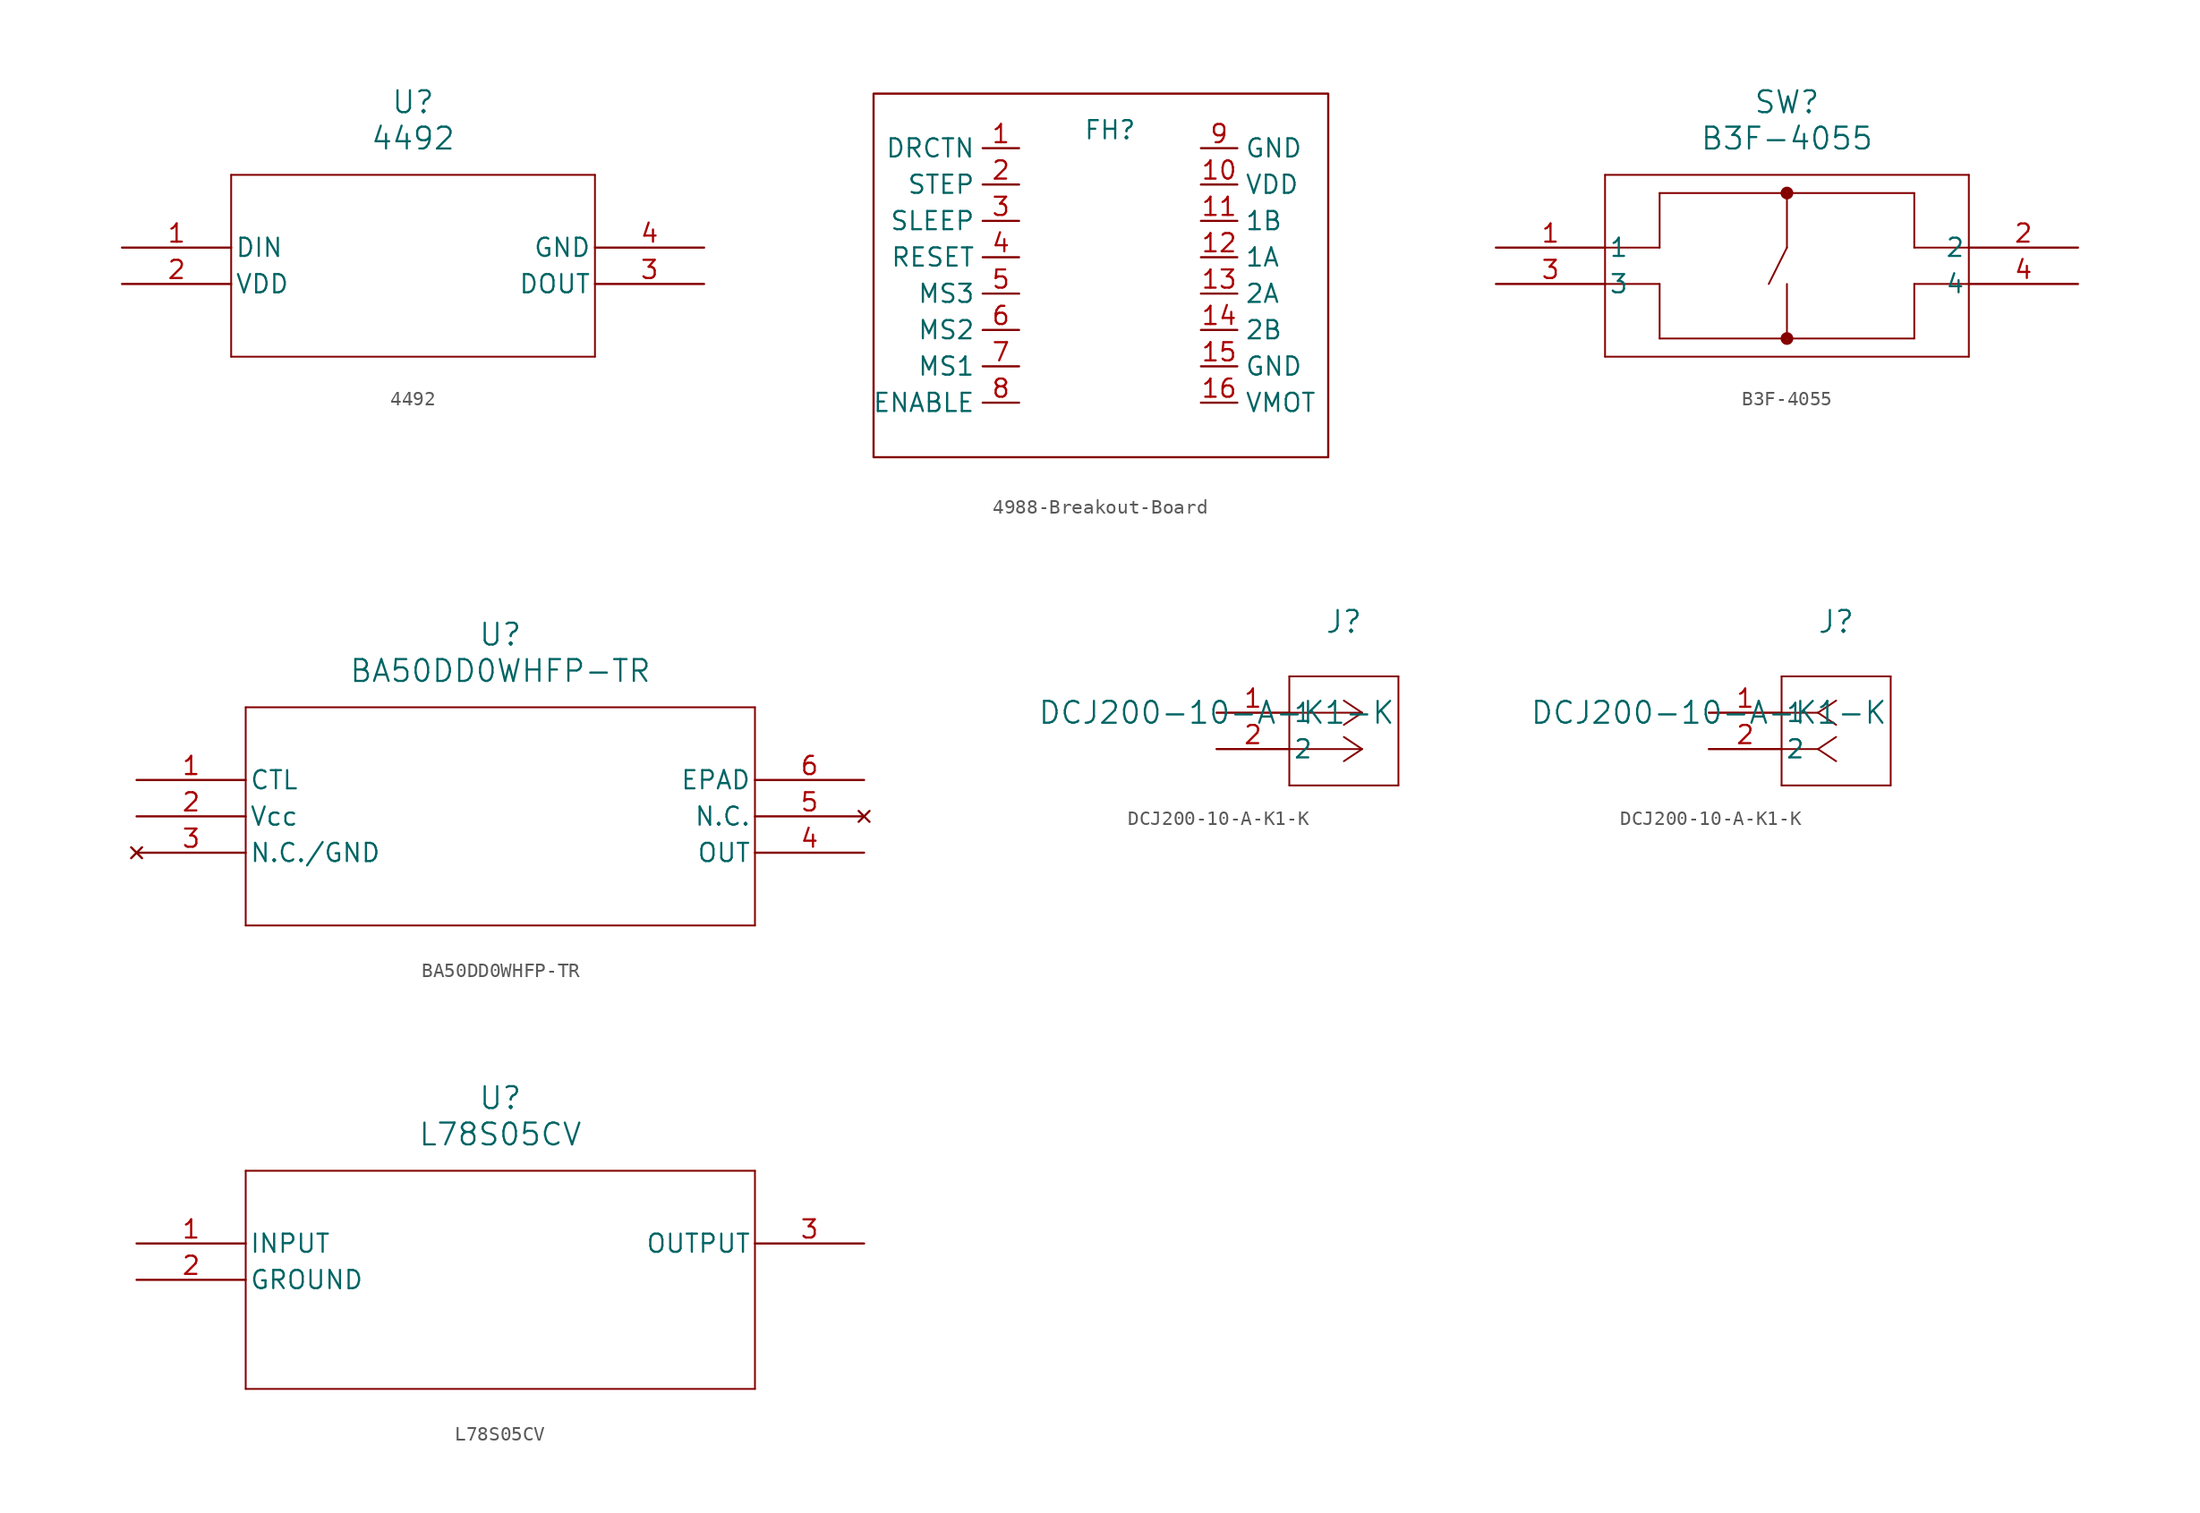
<source format=kicad_sym>
(kicad_symbol_lib
  (version 20220914)
  (generator kicad_symbol_editor)
  (symbol "4492"
    (pin_names
      (offset 0.254))
    (property "Reference" "U"
      (at 20.32 10.16 0)
      (effects (font (size 1.524 1.524))))
    (property "Value" "4492"
      (at 20.32 7.62 0)
      (effects (font (size 1.524 1.524))))
    (property "ki_locked" ""
      (at 0 0 0)
      (effects (font (size 1.27 1.27))))
    (symbol "4492_0_1"
      (polyline (pts (xy 7.62 -7.62) (xy 33.02 -7.62)) (stroke (width 0.127) (type default)) (fill (type none)))
      (polyline (pts (xy 7.62 5.08) (xy 7.62 -7.62)) (stroke (width 0.127) (type default)) (fill (type none)))
      (polyline (pts (xy 33.02 -7.62) (xy 33.02 5.08)) (stroke (width 0.127) (type default)) (fill (type none)))
      (polyline (pts (xy 33.02 5.08) (xy 7.62 5.08)) (stroke (width 0.127) (type default)) (fill (type none)))
      (pin unspecified line (at 0 0 0) (length 7.62) (name "DIN" (effects (font (size 1.27 1.27)))) (number "1" (effects (font (size 1.27 1.27)))))
      (pin unspecified line (at 0 -2.54 0) (length 7.62) (name "VDD" (effects (font (size 1.27 1.27)))) (number "2" (effects (font (size 1.27 1.27)))))
      (pin unspecified line (at 40.64 -2.54 180) (length 7.62) (name "DOUT" (effects (font (size 1.27 1.27)))) (number "3" (effects (font (size 1.27 1.27)))))
      (pin unspecified line (at 40.64 0 180) (length 7.62) (name "GND" (effects (font (size 1.27 1.27)))) (number "4" (effects (font (size 1.27 1.27)))))))
  (symbol "4988-Breakout-Board"
    (property "Reference" "FH"
      (at 0 10.16 0)
      (effects (font (size 1.27 1.27))))
    (property "Value" ""
      (at 0 10.16 0)
      (effects (font (size 1.27 1.27))))
    (symbol "4988-Breakout-Board_0_1"
      (rectangle (start -16.51 12.7) (end 15.24 -12.7) (stroke (width 0) (type default)) (fill (type none))))
    (symbol "4988-Breakout-Board_1_1"
      (pin input line (at -6.35 8.89 180) (length 2.54) (name "DRCTN" (effects (font (size 1.27 1.27)))) (number "1" (effects (font (size 1.27 1.27)))))
      (pin input line (at 6.35 6.35 0) (length 2.54) (name "VDD" (effects (font (size 1.27 1.27)))) (number "10" (effects (font (size 1.27 1.27)))))
      (pin input line (at 6.35 3.81 0) (length 2.54) (name "1B" (effects (font (size 1.27 1.27)))) (number "11" (effects (font (size 1.27 1.27)))))
      (pin input line (at 6.35 1.27 0) (length 2.54) (name "1A" (effects (font (size 1.27 1.27)))) (number "12" (effects (font (size 1.27 1.27)))))
      (pin input line (at 6.35 -1.27 0) (length 2.54) (name "2A" (effects (font (size 1.27 1.27)))) (number "13" (effects (font (size 1.27 1.27)))))
      (pin input line (at 6.35 -3.81 0) (length 2.54) (name "2B" (effects (font (size 1.27 1.27)))) (number "14" (effects (font (size 1.27 1.27)))))
      (pin input line (at 6.35 -6.35 0) (length 2.54) (name "GND" (effects (font (size 1.27 1.27)))) (number "15" (effects (font (size 1.27 1.27)))))
      (pin input line (at 6.35 -8.89 0) (length 2.54) (name "VMOT" (effects (font (size 1.27 1.27)))) (number "16" (effects (font (size 1.27 1.27)))))
      (pin input line (at -6.35 6.35 180) (length 2.54) (name "STEP" (effects (font (size 1.27 1.27)))) (number "2" (effects (font (size 1.27 1.27)))))
      (pin input line (at -6.35 3.81 180) (length 2.54) (name "SLEEP" (effects (font (size 1.27 1.27)))) (number "3" (effects (font (size 1.27 1.27)))))
      (pin input line (at -6.35 1.27 180) (length 2.54) (name "RESET" (effects (font (size 1.27 1.27)))) (number "4" (effects (font (size 1.27 1.27)))))
      (pin input line (at -6.35 -1.27 180) (length 2.54) (name "MS3" (effects (font (size 1.27 1.27)))) (number "5" (effects (font (size 1.27 1.27)))))
      (pin input line (at -6.35 -3.81 180) (length 2.54) (name "MS2" (effects (font (size 1.27 1.27)))) (number "6" (effects (font (size 1.27 1.27)))))
      (pin input line (at -6.35 -6.35 180) (length 2.54) (name "MS1" (effects (font (size 1.27 1.27)))) (number "7" (effects (font (size 1.27 1.27)))))
      (pin input line (at -6.35 -8.89 180) (length 2.54) (name "ENABLE" (effects (font (size 1.27 1.27)))) (number "8" (effects (font (size 1.27 1.27)))))
      (pin input line (at 6.35 8.89 0) (length 2.54) (name "GND" (effects (font (size 1.27 1.27)))) (number "9" (effects (font (size 1.27 1.27)))))))
  (symbol "B3F-4055"
    (pin_names
      (offset 0.254))
    (property "Reference" "SW"
      (at 20.32 10.16 0)
      (effects (font (size 1.524 1.524))))
    (property "Value" "B3F-4055"
      (at 20.32 7.62 0)
      (effects (font (size 1.524 1.524))))
    (property "ki_locked" ""
      (at 0 0 0)
      (effects (font (size 1.27 1.27))))
    (symbol "B3F-4055_0_1"
      (polyline (pts (xy 7.62 -7.62) (xy 33.02 -7.62)) (stroke (width 0.127) (type default)) (fill (type none)))
      (polyline (pts (xy 7.62 -2.54) (xy 11.43 -2.54)) (stroke (width 0.127) (type default)) (fill (type none)))
      (polyline (pts (xy 7.62 0) (xy 11.43 0)) (stroke (width 0.127) (type default)) (fill (type none)))
      (polyline (pts (xy 7.62 5.08) (xy 7.62 -7.62)) (stroke (width 0.127) (type default)) (fill (type none)))
      (polyline (pts (xy 11.43 -6.35) (xy 29.21 -6.35)) (stroke (width 0.127) (type default)) (fill (type none)))
      (polyline (pts (xy 11.43 -2.54) (xy 11.43 -6.35)) (stroke (width 0.127) (type default)) (fill (type none)))
      (polyline (pts (xy 11.43 0) (xy 11.43 3.81)) (stroke (width 0.127) (type default)) (fill (type none)))
      (polyline (pts (xy 20.32 -2.54) (xy 20.32 -6.35)) (stroke (width 0.127) (type default)) (fill (type none)))
      (polyline (pts (xy 20.32 0) (xy 19.05 -2.54)) (stroke (width 0.127) (type default)) (fill (type none)))
      (polyline (pts (xy 20.32 3.81) (xy 20.32 0)) (stroke (width 0.127) (type default)) (fill (type none)))
      (polyline (pts (xy 29.21 -6.35) (xy 29.21 -2.54)) (stroke (width 0.127) (type default)) (fill (type none)))
      (polyline (pts (xy 29.21 -2.54) (xy 33.02 -2.54)) (stroke (width 0.127) (type default)) (fill (type none)))
      (polyline (pts (xy 29.21 0) (xy 29.21 3.81)) (stroke (width 0.127) (type default)) (fill (type none)))
      (polyline (pts (xy 29.21 3.81) (xy 11.43 3.81)) (stroke (width 0.127) (type default)) (fill (type none)))
      (polyline (pts (xy 33.02 -7.62) (xy 33.02 5.08)) (stroke (width 0.127) (type default)) (fill (type none)))
      (polyline (pts (xy 33.02 0) (xy 29.21 0)) (stroke (width 0.127) (type default)) (fill (type none)))
      (polyline (pts (xy 33.02 5.08) (xy 7.62 5.08)) (stroke (width 0.127) (type default)) (fill (type none)))
      (circle (center 20.32 -6.35) (radius 0.254) (stroke (width 0.381) (type default)) (fill (type none)))
      (circle (center 20.32 3.81) (radius 0.254) (stroke (width 0.381) (type default)) (fill (type none)))
      (pin unspecified line (at 0 0 0) (length 7.62) (name "1" (effects (font (size 1.27 1.27)))) (number "1" (effects (font (size 1.27 1.27)))))
      (pin unspecified line (at 40.64 0 180) (length 7.62) (name "2" (effects (font (size 1.27 1.27)))) (number "2" (effects (font (size 1.27 1.27)))))
      (pin unspecified line (at 0 -2.54 0) (length 7.62) (name "3" (effects (font (size 1.27 1.27)))) (number "3" (effects (font (size 1.27 1.27)))))
      (pin unspecified line (at 40.64 -2.54 180) (length 7.62) (name "4" (effects (font (size 1.27 1.27)))) (number "4" (effects (font (size 1.27 1.27)))))))
  (symbol "BA50DD0WHFP-TR"
    (pin_names
      (offset 0.254))
    (property "Reference" "U"
      (at 25.4 10.16 0)
      (effects (font (size 1.524 1.524))))
    (property "Value" "BA50DD0WHFP-TR"
      (at 25.4 7.62 0)
      (effects (font (size 1.524 1.524))))
    (property "ki_locked" ""
      (at 0 0 0)
      (effects (font (size 1.27 1.27))))
    (symbol "BA50DD0WHFP-TR_0_1"
      (polyline (pts (xy 7.62 -10.16) (xy 43.18 -10.16)) (stroke (width 0.127) (type default)) (fill (type none)))
      (polyline (pts (xy 7.62 5.08) (xy 7.62 -10.16)) (stroke (width 0.127) (type default)) (fill (type none)))
      (polyline (pts (xy 43.18 -10.16) (xy 43.18 5.08)) (stroke (width 0.127) (type default)) (fill (type none)))
      (polyline (pts (xy 43.18 5.08) (xy 7.62 5.08)) (stroke (width 0.127) (type default)) (fill (type none)))
      (pin unspecified line (at 0 0 0) (length 7.62) (name "CTL" (effects (font (size 1.27 1.27)))) (number "1" (effects (font (size 1.27 1.27)))))
      (pin power_in line (at 0 -2.54 0) (length 7.62) (name "Vcc" (effects (font (size 1.27 1.27)))) (number "2" (effects (font (size 1.27 1.27)))))
      (pin no_connect line (at 0 -5.08 0) (length 7.62) (name "N.C./GND" (effects (font (size 1.27 1.27)))) (number "3" (effects (font (size 1.27 1.27)))))
      (pin output line (at 50.8 -5.08 180) (length 7.62) (name "OUT" (effects (font (size 1.27 1.27)))) (number "4" (effects (font (size 1.27 1.27)))))
      (pin no_connect line (at 50.8 -2.54 180) (length 7.62) (name "N.C." (effects (font (size 1.27 1.27)))) (number "5" (effects (font (size 1.27 1.27)))))
      (pin unspecified line (at 50.8 0 180) (length 7.62) (name "EPAD" (effects (font (size 1.27 1.27)))) (number "6" (effects (font (size 1.27 1.27)))))))
  (symbol "DCJ200-10-A-K1-K"
    (pin_names
      (offset 0.254))
    (property "Reference" "J"
      (at 8.89 6.35 0)
      (effects (font (size 1.524 1.524))))
    (property "Value" "DCJ200-10-A-K1-K"
      (at 0 0 0)
      (effects (font (size 1.524 1.524))))
    (property "ki_locked" ""
      (at 0 0 0)
      (effects (font (size 1.27 1.27))))
    (symbol "DCJ200-10-A-K1-K_1_1"
      (polyline (pts (xy 5.08 -5.08) (xy 12.7 -5.08)) (stroke (width 0.127) (type default)) (fill (type none)))
      (polyline (pts (xy 5.08 2.54) (xy 5.08 -5.08)) (stroke (width 0.127) (type default)) (fill (type none)))
      (polyline (pts (xy 10.16 -2.54) (xy 5.08 -2.54)) (stroke (width 0.127) (type default)) (fill (type none)))
      (polyline (pts (xy 10.16 -2.54) (xy 8.89 -3.387)) (stroke (width 0.127) (type default)) (fill (type none)))
      (polyline (pts (xy 10.16 -2.54) (xy 8.89 -1.693)) (stroke (width 0.127) (type default)) (fill (type none)))
      (polyline (pts (xy 10.16 0) (xy 5.08 0)) (stroke (width 0.127) (type default)) (fill (type none)))
      (polyline (pts (xy 10.16 0) (xy 8.89 -0.847)) (stroke (width 0.127) (type default)) (fill (type none)))
      (polyline (pts (xy 10.16 0) (xy 8.89 0.847)) (stroke (width 0.127) (type default)) (fill (type none)))
      (polyline (pts (xy 12.7 -5.08) (xy 12.7 2.54)) (stroke (width 0.127) (type default)) (fill (type none)))
      (polyline (pts (xy 12.7 2.54) (xy 5.08 2.54)) (stroke (width 0.127) (type default)) (fill (type none)))
      (pin unspecified line (at 0 0 0) (length 5.08) (name "1" (effects (font (size 1.27 1.27)))) (number "1" (effects (font (size 1.27 1.27)))))
      (pin unspecified line (at 0 -2.54 0) (length 5.08) (name "2" (effects (font (size 1.27 1.27)))) (number "2" (effects (font (size 1.27 1.27))))))
    (symbol "DCJ200-10-A-K1-K_1_2"
      (polyline (pts (xy 5.08 -5.08) (xy 12.7 -5.08)) (stroke (width 0.127) (type default)) (fill (type none)))
      (polyline (pts (xy 5.08 2.54) (xy 5.08 -5.08)) (stroke (width 0.127) (type default)) (fill (type none)))
      (polyline (pts (xy 7.62 -2.54) (xy 5.08 -2.54)) (stroke (width 0.127) (type default)) (fill (type none)))
      (polyline (pts (xy 7.62 -2.54) (xy 8.89 -3.387)) (stroke (width 0.127) (type default)) (fill (type none)))
      (polyline (pts (xy 7.62 -2.54) (xy 8.89 -1.693)) (stroke (width 0.127) (type default)) (fill (type none)))
      (polyline (pts (xy 7.62 0) (xy 5.08 0)) (stroke (width 0.127) (type default)) (fill (type none)))
      (polyline (pts (xy 7.62 0) (xy 8.89 -0.847)) (stroke (width 0.127) (type default)) (fill (type none)))
      (polyline (pts (xy 7.62 0) (xy 8.89 0.847)) (stroke (width 0.127) (type default)) (fill (type none)))
      (polyline (pts (xy 12.7 -5.08) (xy 12.7 2.54)) (stroke (width 0.127) (type default)) (fill (type none)))
      (polyline (pts (xy 12.7 2.54) (xy 5.08 2.54)) (stroke (width 0.127) (type default)) (fill (type none)))
      (pin unspecified line (at 0 0 0) (length 5.08) (name "1" (effects (font (size 1.27 1.27)))) (number "1" (effects (font (size 1.27 1.27)))))
      (pin unspecified line (at 0 -2.54 0) (length 5.08) (name "2" (effects (font (size 1.27 1.27)))) (number "2" (effects (font (size 1.27 1.27)))))))
  (symbol "L78S05CV"
    (pin_names
      (offset 0.254))
    (property "Reference" "U"
      (at 25.4 10.16 0)
      (effects (font (size 1.524 1.524))))
    (property "Value" "L78S05CV"
      (at 25.4 7.62 0)
      (effects (font (size 1.524 1.524))))
    (property "ki_locked" ""
      (at 0 0 0)
      (effects (font (size 1.27 1.27))))
    (symbol "L78S05CV_0_1"
      (polyline (pts (xy 7.62 -10.16) (xy 43.18 -10.16)) (stroke (width 0.127) (type default)) (fill (type none)))
      (polyline (pts (xy 7.62 5.08) (xy 7.62 -10.16)) (stroke (width 0.127) (type default)) (fill (type none)))
      (polyline (pts (xy 43.18 -10.16) (xy 43.18 5.08)) (stroke (width 0.127) (type default)) (fill (type none)))
      (polyline (pts (xy 43.18 5.08) (xy 7.62 5.08)) (stroke (width 0.127) (type default)) (fill (type none)))
      (pin input line (at 0 0 0) (length 7.62) (name "INPUT" (effects (font (size 1.27 1.27)))) (number "1" (effects (font (size 1.27 1.27)))))
      (pin power_out line (at 0 -2.54 0) (length 7.62) (name "GROUND" (effects (font (size 1.27 1.27)))) (number "2" (effects (font (size 1.27 1.27)))))
      (pin output line (at 50.8 0 180) (length 7.62) (name "OUTPUT" (effects (font (size 1.27 1.27)))) (number "3" (effects (font (size 1.27 1.27))))))))
</source>
